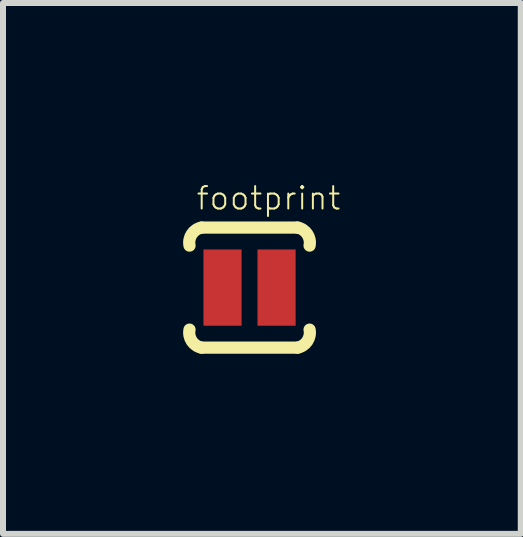
<source format=kicad_pcb>
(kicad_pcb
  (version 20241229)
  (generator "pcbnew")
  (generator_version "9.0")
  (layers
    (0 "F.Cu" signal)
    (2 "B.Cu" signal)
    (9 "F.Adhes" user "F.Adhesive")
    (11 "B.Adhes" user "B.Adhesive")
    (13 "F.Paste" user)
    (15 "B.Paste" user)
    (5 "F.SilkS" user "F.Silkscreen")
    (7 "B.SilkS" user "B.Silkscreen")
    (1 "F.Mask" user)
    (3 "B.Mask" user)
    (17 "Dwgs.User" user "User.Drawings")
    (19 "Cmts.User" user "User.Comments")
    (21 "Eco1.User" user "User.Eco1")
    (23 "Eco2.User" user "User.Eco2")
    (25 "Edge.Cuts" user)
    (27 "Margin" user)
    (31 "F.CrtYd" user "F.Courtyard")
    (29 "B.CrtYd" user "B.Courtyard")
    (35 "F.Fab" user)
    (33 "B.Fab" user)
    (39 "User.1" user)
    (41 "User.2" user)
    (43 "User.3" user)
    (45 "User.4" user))
  (footprint "footprint"
    (layer "F.Cu")
    (at 1.107 1.741)
    (property "Reference" "footprint" (at -0.908 -1.27 0) (layer "F.SilkS") (effects (font (size 0.374 0.374) (thickness 0.033)) (justify left bottom)))
    (fp_line (start -0.8 -1) (end 0.8 -1) (stroke (width 0.203) (type solid)) (layer "F.SilkS"))
    (fp_line (start 0.8 1) (end -0.8 1) (stroke (width 0.203) (type solid)) (layer "F.SilkS"))
    (fp_arc (start -1 -0.7) (mid -0.962132 -0.891421) (end -0.8 -1) (stroke (width 0.2032) (type solid)) (layer "F.SilkS"))
    (fp_arc (start -0.8 1) (mid -0.962132 0.891421) (end -1 0.7) (stroke (width 0.2032) (type solid)) (layer "F.SilkS"))
    (fp_arc (start 0.8 -1) (mid 0.962132 -0.891421) (end 1 -0.7) (stroke (width 0.2032) (type solid)) (layer "F.SilkS"))
    (fp_arc (start 1 0.7) (mid 0.962132 0.891421) (end 0.8 1) (stroke (width 0.2032) (type solid)) (layer "F.SilkS"))
    (pad "1" smd rect (at -0.45 0) (size 0.635 1.27) (layers "F.Cu" "F.Mask"))
    (pad "2" smd rect (at 0.45 0) (size 0.635 1.27) (layers "F.Cu" "F.Mask")))
  (gr_rect
    (start -3 -3)
    (end 5.625 5.843)
    (stroke (width 0.1) (type default))
    (fill no)
    (layer "Edge.Cuts")))
</source>
